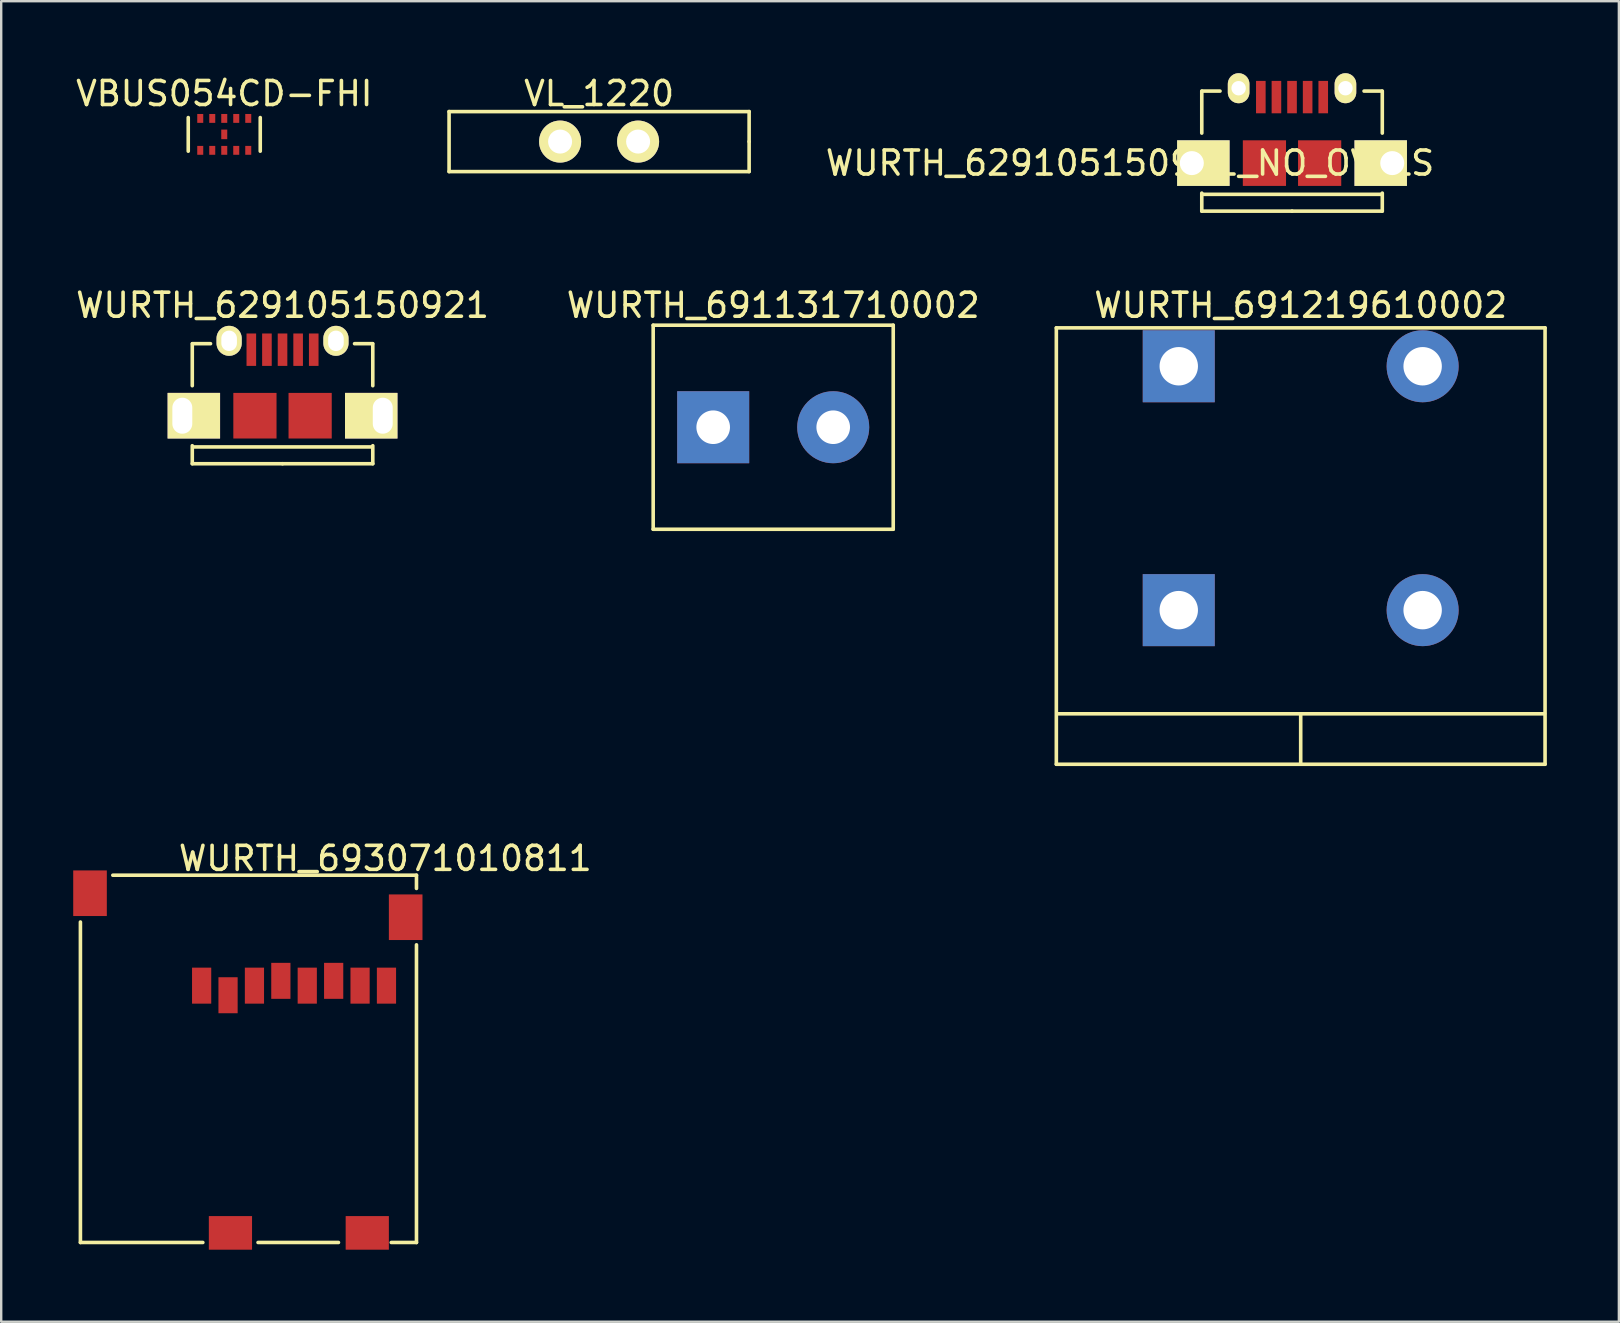
<source format=kicad_pcb>
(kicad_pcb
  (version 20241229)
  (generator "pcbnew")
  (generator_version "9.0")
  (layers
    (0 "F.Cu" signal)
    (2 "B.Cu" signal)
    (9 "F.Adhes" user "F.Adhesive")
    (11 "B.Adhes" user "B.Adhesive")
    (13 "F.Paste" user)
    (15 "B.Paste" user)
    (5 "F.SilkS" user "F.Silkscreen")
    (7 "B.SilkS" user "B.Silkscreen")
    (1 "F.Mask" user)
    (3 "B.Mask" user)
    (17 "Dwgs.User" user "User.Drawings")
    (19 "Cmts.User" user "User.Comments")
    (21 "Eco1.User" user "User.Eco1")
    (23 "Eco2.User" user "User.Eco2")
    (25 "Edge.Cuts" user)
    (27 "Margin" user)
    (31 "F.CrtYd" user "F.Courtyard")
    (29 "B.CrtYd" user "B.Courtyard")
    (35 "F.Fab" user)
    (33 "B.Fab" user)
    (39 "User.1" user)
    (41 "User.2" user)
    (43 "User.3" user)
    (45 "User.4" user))
  (footprint "VBUS054CD-FHI"
    (layer "F.Cu")
    (at 6.292 2.548)
    (property "Reference" "VBUS054CD-FHI" (at 0 -1.7 0) (layer "F.SilkS") (effects (font (size 1 1) (thickness 0.15))))
    (attr through_hole)
    (fp_line (start -1.5 -0.7) (end -1.5 0.7) (stroke (width 0.15) (type solid)) (layer "F.SilkS"))
    (fp_line (start 1.5 -0.7) (end 1.5 0.7) (stroke (width 0.15) (type solid)) (layer "F.SilkS"))
    (pad "1" smd rect (at -1 0.665) (size 0.25 0.37) (layers "F.Cu" "F.Mask" "F.Paste"))
    (pad "2" smd rect (at -0.5 0.665) (size 0.25 0.37) (layers "F.Cu" "F.Mask" "F.Paste"))
    (pad "3" smd rect (at 0 0.665) (size 0.25 0.37) (layers "F.Cu" "F.Mask" "F.Paste"))
    (pad "4" smd rect (at 0.5 0.665) (size 0.25 0.37) (layers "F.Cu" "F.Mask" "F.Paste"))
    (pad "5" smd rect (at 1 0.665) (size 0.25 0.37) (layers "F.Cu" "F.Mask" "F.Paste"))
    (pad "6" smd rect (at 1 -0.665) (size 0.25 0.37) (layers "F.Cu" "F.Mask" "F.Paste"))
    (pad "7" smd rect (at 0.5 -0.665) (size 0.25 0.37) (layers "F.Cu" "F.Mask" "F.Paste"))
    (pad "8" smd rect (at 0 -0.665) (size 0.25 0.37) (layers "F.Cu" "F.Mask" "F.Paste"))
    (pad "9" smd rect (at -0.5 -0.665) (size 0.25 0.37) (layers "F.Cu" "F.Mask" "F.Paste"))
    (pad "10" smd rect (at -1 -0.665) (size 0.25 0.37) (layers "F.Cu" "F.Mask" "F.Paste"))
    (pad "11" smd rect (at 0 0) (size 0.25 0.4) (layers "F.Cu" "F.Mask" "F.Paste")))
  (footprint "WURTH_693071010811"
    (layer "F.Cu")
    (at 13.05 38.011)
    (property "Reference" "WURTH_693071010811" (at -0.05 -5.3 0) (layer "F.SilkS") (effects (font (size 1 1) (thickness 0.15))))
    (attr through_hole)
    (fp_line (start -12.75 -2.65) (end -12.75 10.7) (stroke (width 0.15) (type solid)) (layer "F.SilkS"))
    (fp_line (start -12.75 10.7) (end -7.65 10.7) (stroke (width 0.15) (type solid)) (layer "F.SilkS"))
    (fp_line (start -11.4 -4.6) (end 1.25 -4.6) (stroke (width 0.15) (type solid)) (layer "F.SilkS"))
    (fp_line (start -2 10.7) (end -5.35 10.7) (stroke (width 0.15) (type solid)) (layer "F.SilkS"))
    (fp_line (start 0.2 10.7) (end 1.25 10.7) (stroke (width 0.15) (type solid)) (layer "F.SilkS"))
    (fp_line (start 1.25 -4.6) (end 1.25 -4.05) (stroke (width 0.15) (type solid)) (layer "F.SilkS"))
    (fp_line (start 1.25 -1.7) (end 1.25 10.7) (stroke (width 0.15) (type solid)) (layer "F.SilkS"))
    (pad "1" smd rect (at -7.7 0) (size 0.8 1.5) (layers "F.Cu" "F.Mask" "F.Paste"))
    (pad "2" smd rect (at -6.6 0.4) (size 0.8 1.5) (layers "F.Cu" "F.Mask" "F.Paste"))
    (pad "3" smd rect (at -5.5 0) (size 0.8 1.5) (layers "F.Cu" "F.Mask" "F.Paste"))
    (pad "4" smd rect (at -4.4 -0.2) (size 0.8 1.5) (layers "F.Cu" "F.Mask" "F.Paste"))
    (pad "5" smd rect (at -3.3 0) (size 0.8 1.5) (layers "F.Cu" "F.Mask" "F.Paste"))
    (pad "6" smd rect (at -2.2 -0.2) (size 0.8 1.5) (layers "F.Cu" "F.Mask" "F.Paste"))
    (pad "7" smd rect (at -1.1 0) (size 0.8 1.5) (layers "F.Cu" "F.Mask" "F.Paste"))
    (pad "8" smd rect (at 0 0) (size 0.8 1.5) (layers "F.Cu" "F.Mask" "F.Paste"))
    (pad "9" smd rect (at -12.35 -3.85) (size 1.4 1.9) (layers "F.Cu" "F.Mask" "F.Paste"))
    (pad "9" smd rect (at 0.8 -2.85) (size 1.4 1.9) (layers "F.Cu" "F.Mask" "F.Paste"))
    (pad "10" smd rect (at -6.5 10.3) (size 1.8 1.4) (layers "F.Cu" "F.Mask" "F.Paste"))
    (pad "10" smd rect (at -0.8 10.3) (size 1.8 1.4) (layers "F.Cu" "F.Mask" "F.Paste")))
  (footprint "WURTH_691131710002"
    (layer "F.Cu")
    (at 29.161 14.748)
    (property "Reference" "WURTH_691131710002" (at 0 -5.08 0) (layer "F.SilkS") (effects (font (size 1 1) (thickness 0.15))))
    (attr through_hole)
    (fp_line (start -5 -4.25) (end -5 4.25) (stroke (width 0.15) (type solid)) (layer "F.SilkS"))
    (fp_line (start -5 4.25) (end 5 4.25) (stroke (width 0.15) (type solid)) (layer "F.SilkS"))
    (fp_line (start 5 -4.25) (end -5 -4.25) (stroke (width 0.15) (type solid)) (layer "F.SilkS"))
    (fp_line (start 5 4.25) (end 5 -4.25) (stroke (width 0.15) (type solid)) (layer "F.SilkS"))
    (pad "1" thru_hole rect (at -2.5 0) (size 3 3) (drill 1.4) (layers "*.Cu" "*.Mask"))
    (pad "2" thru_hole circle (at 2.5 0) (size 3 3) (drill 1.4) (layers "*.Cu" "*.Mask")))
  (footprint "WURTH_691219610002"
    (layer "F.Cu")
    (at 51.136 17.288)
    (property "Reference" "WURTH_691219610002" (at 0 -7.62 0) (layer "F.SilkS") (effects (font (size 1 1) (thickness 0.15))))
    (attr through_hole)
    (fp_line (start -10.18 -6.68) (end 10.18 -6.68) (stroke (width 0.15) (type solid)) (layer "F.SilkS"))
    (fp_line (start -10.18 11.5) (end -10.18 -6.68) (stroke (width 0.15) (type solid)) (layer "F.SilkS"))
    (fp_line (start -10.16 9.398) (end 10.16 9.398) (stroke (width 0.15) (type solid)) (layer "F.SilkS"))
    (fp_line (start 0 9.398) (end 0 11.43) (stroke (width 0.15) (type solid)) (layer "F.SilkS"))
    (fp_line (start 10.18 -6.68) (end 10.18 11.5) (stroke (width 0.15) (type solid)) (layer "F.SilkS"))
    (fp_line (start 10.18 11.5) (end -10.18 11.5) (stroke (width 0.15) (type solid)) (layer "F.SilkS"))
    (pad "1" thru_hole rect (at -5.08 -5.08) (size 3 3) (drill 1.6) (layers "*.Cu" "*.Mask"))
    (pad "1" thru_hole rect (at -5.08 5.08) (size 3 3) (drill 1.6) (layers "*.Cu" "*.Mask"))
    (pad "2" thru_hole circle (at 5.08 -5.08) (size 3 3) (drill 1.6) (layers "*.Cu" "*.Mask"))
    (pad "2" thru_hole circle (at 5.08 5.08) (size 3 3) (drill 1.6) (layers "*.Cu" "*.Mask")))
  (footprint "WURTH_629105150921_NO_OVALS"
    (layer "F.Cu")
    (at 50.775 3.745)
    (property "Reference" "WURTH_629105150921_NO_OVALS" (at -6.75 0 0) (layer "F.SilkS") (effects (font (size 1 1) (thickness 0.15))))
    (attr through_hole)
    (fp_line (start -3.76 -1.25) (end -3.76 -3) (stroke (width 0.15) (type solid)) (layer "F.SilkS"))
    (fp_line (start -3.76 2) (end -3.76 1.25) (stroke (width 0.15) (type solid)) (layer "F.SilkS"))
    (fp_line (start -3.75 -3) (end -3 -3) (stroke (width 0.15) (type solid)) (layer "F.SilkS"))
    (fp_line (start -3.7 1.3) (end 3.7 1.3) (stroke (width 0.15) (type solid)) (layer "F.SilkS"))
    (fp_line (start 0 2) (end -3.76 2) (stroke (width 0.15) (type solid)) (layer "F.SilkS"))
    (fp_line (start 0 2) (end 3.76 2) (stroke (width 0.15) (type solid)) (layer "F.SilkS"))
    (fp_line (start 3.75 -3) (end 3 -3) (stroke (width 0.15) (type solid)) (layer "F.SilkS"))
    (fp_line (start 3.76 -1.25) (end 3.76 -3) (stroke (width 0.15) (type solid)) (layer "F.SilkS"))
    (fp_line (start 3.76 2) (end 3.76 1.25) (stroke (width 0.15) (type solid)) (layer "F.SilkS"))
    (pad "1" smd rect (at -1.3 -2.75) (size 0.4 1.35) (layers "F.Cu" "F.Mask" "F.Paste"))
    (pad "2" smd rect (at -0.65 -2.75) (size 0.4 1.35) (layers "F.Cu" "F.Mask" "F.Paste"))
    (pad "3" smd rect (at 0 -2.75) (size 0.4 1.35) (layers "F.Cu" "F.Mask" "F.Paste"))
    (pad "4" smd rect (at 0.65 -2.75) (size 0.4 1.35) (layers "F.Cu" "F.Mask" "F.Paste"))
    (pad "5" smd rect (at 1.3 -2.75) (size 0.4 1.35) (layers "F.Cu" "F.Mask" "F.Paste"))
    (pad "6" thru_hole oval (at 2.225 -3.12) (size 0.9 1.25) (drill 0.6) (layers "*.Cu" "*.Mask" "F.SilkS"))
    (pad "7" thru_hole rect (at 4.175 0) (size 2.185 1.9) (drill oval 1 (offset -0.48 0)) (layers "*.Cu" "*.Mask" "F.SilkS"))
    (pad "8" smd rect (at 1.15 0) (size 1.8 1.9) (layers "F.Cu" "F.Mask" "F.Paste"))
    (pad "9" smd rect (at -1.15 0) (size 1.8 1.9) (layers "F.Cu" "F.Mask" "F.Paste"))
    (pad "10" thru_hole rect (at -4.175 0) (size 2.185 1.9) (drill oval 1 (offset 0.48 0)) (layers "*.Cu" "*.Mask" "F.SilkS"))
    (pad "11" thru_hole oval (at -2.225 -3.12) (size 0.9 1.25) (drill 0.6) (layers "*.Cu" "*.Mask" "F.SilkS")))
  (footprint "VL_1220"
    (layer "F.Cu")
    (at 21.908 2.848)
    (property "Reference" "VL_1220" (at 0 -2 0) (layer "F.SilkS") (effects (font (size 1 1) (thickness 0.15))))
    (attr through_hole)
    (fp_line (start -6.25 -1.25) (end -6.25 1.25) (stroke (width 0.15) (type solid)) (layer "F.SilkS"))
    (fp_line (start -6.25 1.25) (end 6.25 1.25) (stroke (width 0.15) (type solid)) (layer "F.SilkS"))
    (fp_line (start 6.25 -1.25) (end -6.25 -1.25) (stroke (width 0.15) (type solid)) (layer "F.SilkS"))
    (fp_line (start 6.25 0) (end 6.25 -1.25) (stroke (width 0.15) (type solid)) (layer "F.SilkS"))
    (fp_line (start 6.25 1.25) (end 6.25 0) (stroke (width 0.15) (type solid)) (layer "F.SilkS"))
    (pad "1" thru_hole circle (at 1.625 0) (size 1.75 1.75) (drill 1) (layers "*.Cu" "*.Mask" "F.SilkS"))
    (pad "2" thru_hole circle (at -1.625 0) (size 1.75 1.75) (drill 1) (layers "*.Cu" "*.Mask" "F.SilkS")))
  (footprint "WURTH_629105150921"
    (layer "F.Cu")
    (at 8.72 14.268)
    (property "Reference" "WURTH_629105150921" (at 0 -4.6 0) (layer "F.SilkS") (effects (font (size 1 1) (thickness 0.15))))
    (attr through_hole)
    (fp_line (start -3.76 -1.25) (end -3.76 -3) (stroke (width 0.15) (type solid)) (layer "F.SilkS"))
    (fp_line (start -3.76 2) (end -3.76 1.25) (stroke (width 0.15) (type solid)) (layer "F.SilkS"))
    (fp_line (start -3.75 -3) (end -3 -3) (stroke (width 0.15) (type solid)) (layer "F.SilkS"))
    (fp_line (start -3.7 1.3) (end 3.7 1.3) (stroke (width 0.15) (type solid)) (layer "F.SilkS"))
    (fp_line (start 0 2) (end -3.76 2) (stroke (width 0.15) (type solid)) (layer "F.SilkS"))
    (fp_line (start 0 2) (end 3.76 2) (stroke (width 0.15) (type solid)) (layer "F.SilkS"))
    (fp_line (start 3.75 -3) (end 3 -3) (stroke (width 0.15) (type solid)) (layer "F.SilkS"))
    (fp_line (start 3.76 -1.25) (end 3.76 -3) (stroke (width 0.15) (type solid)) (layer "F.SilkS"))
    (fp_line (start 3.76 2) (end 3.76 1.25) (stroke (width 0.15) (type solid)) (layer "F.SilkS"))
    (pad "1" smd rect (at -1.3 -2.75) (size 0.4 1.35) (layers "F.Cu" "F.Mask" "F.Paste"))
    (pad "2" smd rect (at -0.65 -2.75) (size 0.4 1.35) (layers "F.Cu" "F.Mask" "F.Paste"))
    (pad "3" smd rect (at 0 -2.75) (size 0.4 1.35) (layers "F.Cu" "F.Mask" "F.Paste"))
    (pad "4" smd rect (at 0.65 -2.75) (size 0.4 1.35) (layers "F.Cu" "F.Mask" "F.Paste"))
    (pad "5" smd rect (at 1.3 -2.75) (size 0.4 1.35) (layers "F.Cu" "F.Mask" "F.Paste"))
    (pad "6" thru_hole oval (at 2.225 -3.12) (size 1.05 1.25) (drill oval 0.65 0.85) (layers "*.Cu" "*.Mask" "F.SilkS"))
    (pad "7" thru_hole rect (at 4.175 0) (size 2.185 1.9) (drill oval 0.83 1.5 (offset -0.48 0)) (layers "*.Cu" "*.Mask" "F.SilkS"))
    (pad "8" smd rect (at 1.15 0) (size 1.8 1.9) (layers "F.Cu" "F.Mask" "F.Paste"))
    (pad "9" smd rect (at -1.15 0) (size 1.8 1.9) (layers "F.Cu" "F.Mask" "F.Paste"))
    (pad "10" thru_hole rect (at -4.175 0) (size 2.185 1.9) (drill oval 0.83 1.5 (offset 0.48 0)) (layers "*.Cu" "*.Mask" "F.SilkS"))
    (pad "11" thru_hole oval (at -2.225 -3.12) (size 1.05 1.25) (drill oval 0.65 0.85) (layers "*.Cu" "*.Mask" "F.SilkS")))
  (gr_rect
    (start -3 -3)
    (end 64.391 52.011)
    (stroke (width 0.1) (type default))
    (fill no)
    (layer "Edge.Cuts")))
</source>
